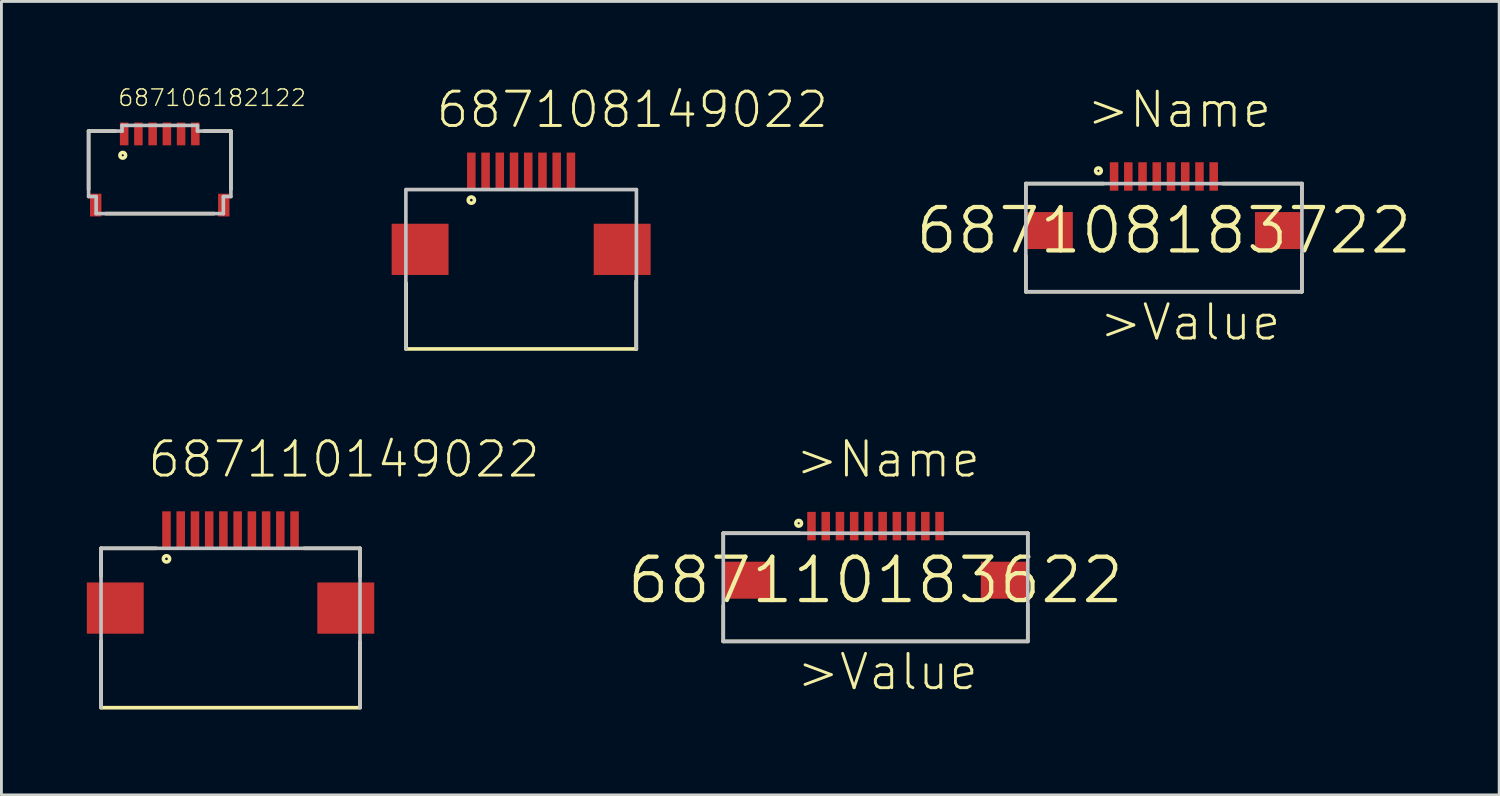
<source format=kicad_pcb>
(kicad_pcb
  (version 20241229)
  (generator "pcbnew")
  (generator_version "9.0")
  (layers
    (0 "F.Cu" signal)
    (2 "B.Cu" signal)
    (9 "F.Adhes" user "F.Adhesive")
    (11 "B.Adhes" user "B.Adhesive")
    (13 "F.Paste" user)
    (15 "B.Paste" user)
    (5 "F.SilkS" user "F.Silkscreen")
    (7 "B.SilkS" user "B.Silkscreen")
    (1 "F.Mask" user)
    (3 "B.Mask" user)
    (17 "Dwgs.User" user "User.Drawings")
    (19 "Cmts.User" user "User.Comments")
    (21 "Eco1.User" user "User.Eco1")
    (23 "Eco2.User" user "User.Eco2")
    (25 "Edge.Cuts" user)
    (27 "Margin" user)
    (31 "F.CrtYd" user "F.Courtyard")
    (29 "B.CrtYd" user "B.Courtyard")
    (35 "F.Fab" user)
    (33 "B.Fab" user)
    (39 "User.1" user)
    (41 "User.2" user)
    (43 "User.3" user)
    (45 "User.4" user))
  (footprint "687110149022"
    (layer "F.Cu")
    (at 5.05 15.566)
    (property "Reference" "687110149022" (at -2.97 -1.77 0) (layer "F.SilkS") (effects (font (size 1.206 1.206) (thickness 0.102)) (justify left bottom)))
    (attr through_hole)
    (fp_line (start -4.55 0.65) (end -4.55 1.63) (stroke (width 0.127) (type solid)) (layer "F.SilkS"))
    (fp_line (start -4.55 3.91) (end -4.55 6.24) (stroke (width 0.127) (type solid)) (layer "F.SilkS"))
    (fp_line (start -2.62 0.65) (end -4.55 0.65) (stroke (width 0.127) (type solid)) (layer "F.SilkS"))
    (fp_line (start 2.59 0.65) (end 4.55 0.65) (stroke (width 0.127) (type solid)) (layer "F.SilkS"))
    (fp_line (start 4.55 0.65) (end 4.55 1.62) (stroke (width 0.127) (type solid)) (layer "F.SilkS"))
    (fp_line (start 4.55 3.94) (end 4.55 6.24) (stroke (width 0.127) (type solid)) (layer "F.SilkS"))
    (fp_line (start 4.55 6.25) (end -4.55 6.25) (stroke (width 0.127) (type solid)) (layer "F.SilkS"))
    (fp_circle (center -2.25 1.02) (end -2.14 1.02) (stroke (width 0.127) (type solid)) (fill no) (layer "F.SilkS"))
    (fp_line (start -4.55 0.65) (end 4.55 0.65) (stroke (width 0.127) (type solid)) (layer "Dwgs.User"))
    (fp_line (start -4.55 6.25) (end -4.55 0.65) (stroke (width 0.127) (type solid)) (layer "Dwgs.User"))
    (fp_line (start 4.55 0.65) (end 4.55 6.25) (stroke (width 0.127) (type solid)) (layer "Dwgs.User"))
    (pad "1" smd rect (at -2.25 0) (size 0.3 1.3) (layers "F.Cu" "F.Mask" "F.Paste"))
    (pad "2" smd rect (at -1.75 0) (size 0.3 1.3) (layers "F.Cu" "F.Mask" "F.Paste"))
    (pad "3" smd rect (at -1.25 0) (size 0.3 1.3) (layers "F.Cu" "F.Mask" "F.Paste"))
    (pad "4" smd rect (at -0.75 0) (size 0.3 1.3) (layers "F.Cu" "F.Mask" "F.Paste"))
    (pad "5" smd rect (at -0.25 0) (size 0.3 1.3) (layers "F.Cu" "F.Mask" "F.Paste"))
    (pad "6" smd rect (at 0.25 0) (size 0.3 1.3) (layers "F.Cu" "F.Mask" "F.Paste"))
    (pad "7" smd rect (at 0.75 0) (size 0.3 1.3) (layers "F.Cu" "F.Mask" "F.Paste"))
    (pad "8" smd rect (at 1.25 0) (size 0.3 1.3) (layers "F.Cu" "F.Mask" "F.Paste"))
    (pad "9" smd rect (at 1.75 0) (size 0.3 1.3) (layers "F.Cu" "F.Mask" "F.Paste"))
    (pad "10" smd rect (at 2.25 0) (size 0.3 1.3) (layers "F.Cu" "F.Mask" "F.Paste"))
    (pad "Z1" smd rect (at -4.05 2.75) (size 2 1.8) (layers "F.Cu" "F.Mask" "F.Paste"))
    (pad "Z2" smd rect (at 4.05 2.75) (size 2 1.8) (layers "F.Cu" "F.Mask" "F.Paste")))
  (footprint "687108183722"
    (layer "F.Cu")
    (at 37.845 5.051)
    (property "Reference" "687108183722" (at 0 0 0) (layer "F.SilkS") (effects (font (size 1.524 1.524) (thickness 0.15))))
    (attr through_hole)
    (fp_line (start -4.85 -1.65) (end -4.85 -0.87) (stroke (width 0.127) (type solid)) (layer "F.SilkS"))
    (fp_line (start -4.85 0.89) (end -4.85 2.15) (stroke (width 0.127) (type solid)) (layer "F.SilkS"))
    (fp_line (start -4.85 2.15) (end 4.85 2.15) (stroke (width 0.127) (type solid)) (layer "F.SilkS"))
    (fp_line (start -2.12 -1.65) (end -4.85 -1.65) (stroke (width 0.127) (type solid)) (layer "F.SilkS"))
    (fp_line (start 2.08 -1.65) (end 4.85 -1.65) (stroke (width 0.127) (type solid)) (layer "F.SilkS"))
    (fp_line (start 4.85 -1.65) (end 4.85 -0.87) (stroke (width 0.127) (type solid)) (layer "F.SilkS"))
    (fp_line (start 4.85 2.15) (end 4.85 0.84) (stroke (width 0.127) (type solid)) (layer "F.SilkS"))
    (fp_circle (center -2.3 -2.1) (end -2.2 -2.1) (stroke (width 0.127) (type solid)) (fill no) (layer "F.SilkS"))
    (fp_line (start -4.85 -1.65) (end 4.85 -1.65) (stroke (width 0.127) (type solid)) (layer "Dwgs.User"))
    (fp_line (start -4.85 2.15) (end -4.85 -1.65) (stroke (width 0.127) (type solid)) (layer "Dwgs.User"))
    (fp_line (start 4.85 -1.65) (end 4.85 2.15) (stroke (width 0.127) (type solid)) (layer "Dwgs.User"))
    (fp_line (start 4.85 2.15) (end -4.85 2.15) (stroke (width 0.127) (type solid)) (layer "Dwgs.User"))
    (fp_text user ">Value" (at -2.33 3.93 0) (layer "F.SilkS") (effects (font (size 1.206 1.206) (thickness 0.102)) (justify left bottom)))
    (fp_text user ">Name" (at -2.77 -3.54 0) (layer "F.SilkS") (effects (font (size 1.206 1.206) (thickness 0.102)) (justify left bottom)))
    (pad "1" smd rect (at -1.75 -1.9 90) (size 1 0.3) (layers "F.Cu" "F.Mask" "F.Paste"))
    (pad "2" smd rect (at -1.25 -1.9 90) (size 1 0.3) (layers "F.Cu" "F.Mask" "F.Paste"))
    (pad "3" smd rect (at -0.75 -1.9 90) (size 1 0.3) (layers "F.Cu" "F.Mask" "F.Paste"))
    (pad "4" smd rect (at -0.25 -1.9 90) (size 1 0.3) (layers "F.Cu" "F.Mask" "F.Paste"))
    (pad "5" smd rect (at 0.25 -1.9 90) (size 1 0.3) (layers "F.Cu" "F.Mask" "F.Paste"))
    (pad "6" smd rect (at 0.75 -1.9 90) (size 1 0.3) (layers "F.Cu" "F.Mask" "F.Paste"))
    (pad "7" smd rect (at 1.25 -1.9 90) (size 1 0.3) (layers "F.Cu" "F.Mask" "F.Paste"))
    (pad "8" smd rect (at 1.75 -1.9 90) (size 1 0.3) (layers "F.Cu" "F.Mask" "F.Paste"))
    (pad "Z1" smd rect (at -4.025 0) (size 1.65 1.3) (layers "F.Cu" "F.Mask" "F.Paste"))
    (pad "Z2" smd rect (at 4.025 0) (size 1.65 1.3) (layers "F.Cu" "F.Mask" "F.Paste")))
  (footprint "687106182122"
    (layer "F.Cu")
    (at 2.563 2.906)
    (property "Reference" "687106182122" (at -1.501 -2.181 0) (layer "F.SilkS") (effects (font (size 0.579 0.579) (thickness 0.049)) (justify left bottom)))
    (attr through_hole)
    (fp_line (start -2.5 -1.35) (end -2.5 0.7) (stroke (width 0.127) (type solid)) (layer "F.SilkS"))
    (fp_line (start -1.9 1.55) (end 1.9 1.55) (stroke (width 0.127) (type solid)) (layer "F.SilkS"))
    (fp_line (start -1.56 -1.35) (end -2.5 -1.35) (stroke (width 0.127) (type solid)) (layer "F.SilkS"))
    (fp_line (start 1.56 -1.35) (end 2.5 -1.35) (stroke (width 0.127) (type solid)) (layer "F.SilkS"))
    (fp_line (start 2.5 -1.35) (end 2.5 0.7) (stroke (width 0.127) (type solid)) (layer "F.SilkS"))
    (fp_circle (center -1.3 -0.5) (end -1.2 -0.5) (stroke (width 0.127) (type solid)) (fill no) (layer "F.SilkS"))
    (fp_line (start -2.5 -1.35) (end -2.5 0.95) (stroke (width 0.127) (type solid)) (layer "Dwgs.User"))
    (fp_line (start -2.5 -1.35) (end -1.325 -1.35) (stroke (width 0.127) (type solid)) (layer "Dwgs.User"))
    (fp_line (start -2.5 0.95) (end -2.235 0.95) (stroke (width 0.127) (type solid)) (layer "Dwgs.User"))
    (fp_line (start -2.235 0.95) (end -2.235 1.55) (stroke (width 0.127) (type solid)) (layer "Dwgs.User"))
    (fp_line (start -2.235 1.55) (end 2.235 1.55) (stroke (width 0.127) (type solid)) (layer "Dwgs.User"))
    (fp_line (start -1.325 -1.55) (end -1.325 -1.35) (stroke (width 0.127) (type solid)) (layer "Dwgs.User"))
    (fp_line (start -1.325 -1.55) (end 1.325 -1.55) (stroke (width 0.127) (type solid)) (layer "Dwgs.User"))
    (fp_line (start 1.325 -1.55) (end 1.325 -1.35) (stroke (width 0.127) (type solid)) (layer "Dwgs.User"))
    (fp_line (start 1.325 -1.35) (end 2.5 -1.35) (stroke (width 0.127) (type solid)) (layer "Dwgs.User"))
    (fp_line (start 2.235 0.95) (end 2.235 1.55) (stroke (width 0.127) (type solid)) (layer "Dwgs.User"))
    (fp_line (start 2.235 0.95) (end 2.5 0.95) (stroke (width 0.127) (type solid)) (layer "Dwgs.User"))
    (fp_line (start 2.5 -1.35) (end 2.5 0.95) (stroke (width 0.127) (type solid)) (layer "Dwgs.User"))
    (pad "1" smd rect (at -1.25 -1.25 90) (size 0.8 0.3) (layers "F.Cu" "F.Mask" "F.Paste"))
    (pad "2" smd rect (at -0.25 -1.25 90) (size 0.8 0.3) (layers "F.Cu" "F.Mask" "F.Paste"))
    (pad "3" smd rect (at -0.75 -1.25 90) (size 0.8 0.3) (layers "F.Cu" "F.Mask" "F.Paste"))
    (pad "4" smd rect (at 0.25 -1.25 90) (size 0.8 0.3) (layers "F.Cu" "F.Mask" "F.Paste"))
    (pad "5" smd rect (at 0.75 -1.25 90) (size 0.8 0.3) (layers "F.Cu" "F.Mask" "F.Paste"))
    (pad "6" smd rect (at 1.25 -1.25 90) (size 0.8 0.3) (layers "F.Cu" "F.Mask" "F.Paste"))
    (pad "Z1" smd rect (at -2.25 1.25 90) (size 0.8 0.4) (layers "F.Cu" "F.Mask" "F.Paste"))
    (pad "Z2" smd rect (at 2.25 1.25 90) (size 0.8 0.4) (layers "F.Cu" "F.Mask" "F.Paste")))
  (footprint "687108149022"
    (layer "F.Cu")
    (at 15.261 2.961)
    (property "Reference" "687108149022" (at -3.05 -1.45 0) (layer "F.SilkS") (effects (font (size 1.206 1.206) (thickness 0.102)) (justify left bottom)))
    (attr through_hole)
    (fp_line (start -4.04 3.94) (end -4.04 6.24) (stroke (width 0.127) (type solid)) (layer "F.SilkS"))
    (fp_line (start 4.04 3.87) (end 4.04 6.26) (stroke (width 0.127) (type solid)) (layer "F.SilkS"))
    (fp_line (start 4.05 6.25) (end -4.05 6.25) (stroke (width 0.127) (type solid)) (layer "F.SilkS"))
    (fp_circle (center -1.75 1.02) (end -1.64 1.02) (stroke (width 0.127) (type solid)) (fill no) (layer "F.SilkS"))
    (fp_line (start -4.05 6.25) (end -4.05 0.65) (stroke (width 0.127) (type solid)) (layer "Dwgs.User"))
    (fp_line (start -4.04 0.65) (end 4.05 0.65) (stroke (width 0.127) (type solid)) (layer "Dwgs.User"))
    (fp_line (start 4.05 0.65) (end 4.05 6.25) (stroke (width 0.127) (type solid)) (layer "Dwgs.User"))
    (pad "1" smd rect (at -1.75 0) (size 0.3 1.3) (layers "F.Cu" "F.Mask" "F.Paste"))
    (pad "2" smd rect (at -1.25 0) (size 0.3 1.3) (layers "F.Cu" "F.Mask" "F.Paste"))
    (pad "3" smd rect (at -0.75 0) (size 0.3 1.3) (layers "F.Cu" "F.Mask" "F.Paste"))
    (pad "4" smd rect (at -0.25 0) (size 0.3 1.3) (layers "F.Cu" "F.Mask" "F.Paste"))
    (pad "5" smd rect (at 0.25 0) (size 0.3 1.3) (layers "F.Cu" "F.Mask" "F.Paste"))
    (pad "6" smd rect (at 0.75 0) (size 0.3 1.3) (layers "F.Cu" "F.Mask" "F.Paste"))
    (pad "7" smd rect (at 1.25 0) (size 0.3 1.3) (layers "F.Cu" "F.Mask" "F.Paste"))
    (pad "8" smd rect (at 1.75 0) (size 0.3 1.3) (layers "F.Cu" "F.Mask" "F.Paste"))
    (pad "Z1" smd rect (at -3.55 2.75) (size 2 1.8) (layers "F.Cu" "F.Mask" "F.Paste"))
    (pad "Z2" smd rect (at 3.55 2.75) (size 2 1.8) (layers "F.Cu" "F.Mask" "F.Paste")))
  (footprint "687110183622"
    (layer "F.Cu")
    (at 27.713 17.336)
    (property "Reference" "687110183622" (at 0 0 0) (layer "F.SilkS") (effects (font (size 1.524 1.524) (thickness 0.15))))
    (attr through_hole)
    (fp_line (start -5.35 -1.65) (end -5.35 -0.86) (stroke (width 0.127) (type solid)) (layer "F.SilkS"))
    (fp_line (start -5.35 0.89) (end -5.35 2.15) (stroke (width 0.127) (type solid)) (layer "F.SilkS"))
    (fp_line (start -5.35 2.15) (end 5.35 2.15) (stroke (width 0.127) (type solid)) (layer "F.SilkS"))
    (fp_line (start -2.67 -1.65) (end -5.35 -1.65) (stroke (width 0.127) (type solid)) (layer "F.SilkS"))
    (fp_line (start 2.61 -1.65) (end 5.35 -1.65) (stroke (width 0.127) (type solid)) (layer "F.SilkS"))
    (fp_line (start 5.35 -1.65) (end 5.35 -0.88) (stroke (width 0.127) (type solid)) (layer "F.SilkS"))
    (fp_line (start 5.35 2.15) (end 5.35 0.84) (stroke (width 0.127) (type solid)) (layer "F.SilkS"))
    (fp_circle (center -2.7 -2) (end -2.6 -2) (stroke (width 0.127) (type solid)) (fill no) (layer "F.SilkS"))
    (fp_line (start -5.35 -1.65) (end 5.35 -1.65) (stroke (width 0.127) (type solid)) (layer "Dwgs.User"))
    (fp_line (start -5.35 2.15) (end -5.35 -1.65) (stroke (width 0.127) (type solid)) (layer "Dwgs.User"))
    (fp_line (start 5.35 -1.65) (end 5.35 2.15) (stroke (width 0.127) (type solid)) (layer "Dwgs.User"))
    (fp_line (start 5.35 2.15) (end -5.35 2.15) (stroke (width 0.127) (type solid)) (layer "Dwgs.User"))
    (fp_text user ">Name" (at -2.87 -3.54 0) (layer "F.SilkS") (effects (font (size 1.206 1.206) (thickness 0.102)) (justify left bottom)))
    (fp_text user ">Value" (at -2.83 3.93 0) (layer "F.SilkS") (effects (font (size 1.206 1.206) (thickness 0.102)) (justify left bottom)))
    (pad "1" smd rect (at -2.25 -1.9 90) (size 1 0.3) (layers "F.Cu" "F.Mask" "F.Paste"))
    (pad "2" smd rect (at -1.75 -1.9 90) (size 1 0.3) (layers "F.Cu" "F.Mask" "F.Paste"))
    (pad "3" smd rect (at -1.25 -1.9 90) (size 1 0.3) (layers "F.Cu" "F.Mask" "F.Paste"))
    (pad "4" smd rect (at -0.75 -1.9 90) (size 1 0.3) (layers "F.Cu" "F.Mask" "F.Paste"))
    (pad "5" smd rect (at -0.25 -1.9 90) (size 1 0.3) (layers "F.Cu" "F.Mask" "F.Paste"))
    (pad "6" smd rect (at 0.25 -1.9 90) (size 1 0.3) (layers "F.Cu" "F.Mask" "F.Paste"))
    (pad "7" smd rect (at 0.75 -1.9 90) (size 1 0.3) (layers "F.Cu" "F.Mask" "F.Paste"))
    (pad "8" smd rect (at 1.25 -1.9 90) (size 1 0.3) (layers "F.Cu" "F.Mask" "F.Paste"))
    (pad "9" smd rect (at 1.75 -1.9 90) (size 1 0.3) (layers "F.Cu" "F.Mask" "F.Paste"))
    (pad "10" smd rect (at 2.25 -1.9 90) (size 1 0.3) (layers "F.Cu" "F.Mask" "F.Paste"))
    (pad "Z1" smd rect (at -4.525 0) (size 1.65 1.3) (layers "F.Cu" "F.Mask" "F.Paste"))
    (pad "Z2" smd rect (at 4.525 0) (size 1.65 1.3) (layers "F.Cu" "F.Mask" "F.Paste")))
  (gr_rect
    (start -3 -3)
    (end 49.626 24.88)
    (stroke (width 0.1) (type default))
    (fill no)
    (layer "Edge.Cuts")))
</source>
